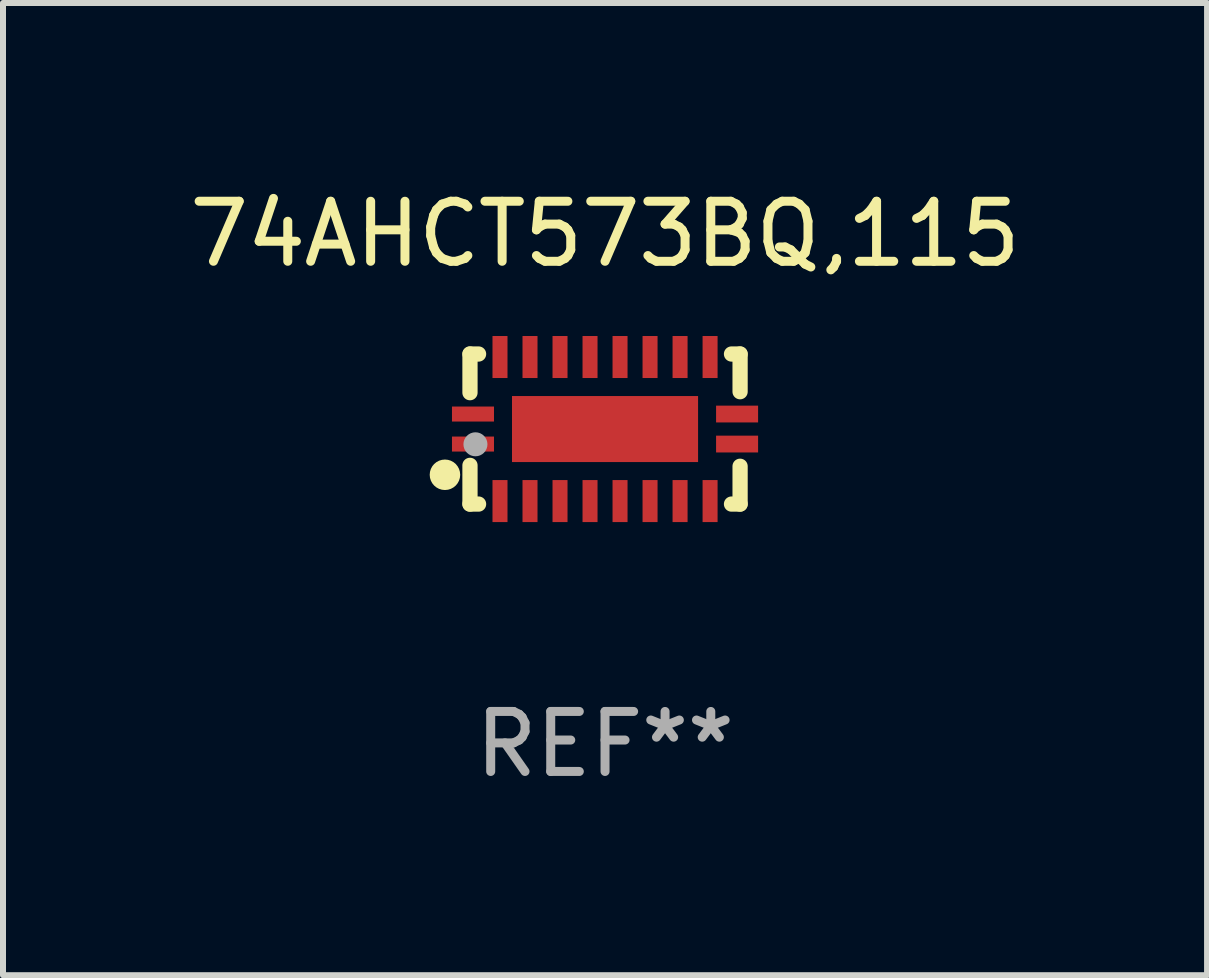
<source format=kicad_pcb>
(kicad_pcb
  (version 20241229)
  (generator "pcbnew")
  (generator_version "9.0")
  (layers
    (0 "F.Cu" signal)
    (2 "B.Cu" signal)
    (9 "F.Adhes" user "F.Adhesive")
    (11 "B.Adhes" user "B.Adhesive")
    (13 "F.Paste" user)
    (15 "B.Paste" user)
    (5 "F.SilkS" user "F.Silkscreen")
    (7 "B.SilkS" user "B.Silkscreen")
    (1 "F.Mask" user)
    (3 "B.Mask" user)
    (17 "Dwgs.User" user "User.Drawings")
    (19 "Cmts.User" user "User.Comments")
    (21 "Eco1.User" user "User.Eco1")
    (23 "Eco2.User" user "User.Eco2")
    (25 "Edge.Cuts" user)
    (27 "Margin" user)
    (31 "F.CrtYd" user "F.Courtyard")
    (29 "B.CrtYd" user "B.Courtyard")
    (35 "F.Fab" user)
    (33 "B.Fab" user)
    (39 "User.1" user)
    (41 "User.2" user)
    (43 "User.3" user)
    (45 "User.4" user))
  (footprint "74AHCT573BQ,115"
    (layer "F.Cu")
    (at 7.03 4.098)
    (property "Reference" "74AHCT573BQ,115" (at 0 -3.25 0) (layer "F.SilkS") (effects (font (size 1 1) (thickness 0.15))))
    (attr through_hole)
    (fp_line (start -2.25 0.605) (end -2.25 1.25) (stroke (width 0.254) (type solid)) (layer "F.SilkS"))
    (fp_line (start -2.25 1.25) (end -2.107 1.25) (stroke (width 0.254) (type solid)) (layer "F.SilkS"))
    (fp_line (start -2.25 -1.25) (end -2.25 -0.606) (stroke (width 0.254) (type solid)) (layer "F.SilkS"))
    (fp_line (start -2.25 -1.25) (end -2.107 -1.25) (stroke (width 0.254) (type solid)) (layer "F.SilkS"))
    (fp_line (start 2.107 -1.25) (end 2.25 -1.25) (stroke (width 0.254) (type solid)) (layer "F.SilkS"))
    (fp_line (start 2.107 1.25) (end 2.25 1.25) (stroke (width 0.254) (type solid)) (layer "F.SilkS"))
    (fp_line (start 2.25 -1.25) (end 2.25 -0.622) (stroke (width 0.254) (type solid)) (layer "F.SilkS"))
    (fp_line (start 2.25 0.62) (end 2.25 1.25) (stroke (width 0.254) (type solid)) (layer "F.SilkS"))
    (fp_circle (center -2.667 0.762) (end -2.54 0.762) (stroke (width 0.254) (type solid)) (fill no) (layer "F.SilkS"))
    (fp_circle (center -2.25 1.249) (end -2.22 1.249) (stroke (width 0.06) (type solid)) (fill no) (layer "F.SilkS"))
    (fp_circle (center -2.159 0.254) (end -2.059 0.254) (stroke (width 0.2) (type solid)) (fill no) (layer "F.Fab"))
    (fp_text user "REF**" (at 0 5.25 0) (layer "F.Fab") (effects (font (size 1 1) (thickness 0.15))))
    (pad "1" smd rect (at -2.2 0.25 180) (size 0.7 0.25) (layers "F.Cu" "F.Mask" "F.Paste"))
    (pad "2" smd rect (at -1.75 1.2 90) (size 0.7 0.25) (layers "F.Cu" "F.Mask" "F.Paste"))
    (pad "3" smd rect (at -1.25 1.2 90) (size 0.7 0.25) (layers "F.Cu" "F.Mask" "F.Paste"))
    (pad "4" smd rect (at -0.75 1.2 90) (size 0.7 0.25) (layers "F.Cu" "F.Mask" "F.Paste"))
    (pad "5" smd rect (at -0.25 1.2 90) (size 0.7 0.25) (layers "F.Cu" "F.Mask" "F.Paste"))
    (pad "6" smd rect (at 0.25 1.2 90) (size 0.7 0.25) (layers "F.Cu" "F.Mask" "F.Paste"))
    (pad "7" smd rect (at 0.75 1.2 90) (size 0.7 0.25) (layers "F.Cu" "F.Mask" "F.Paste"))
    (pad "8" smd rect (at 1.25 1.2 90) (size 0.7 0.25) (layers "F.Cu" "F.Mask" "F.Paste"))
    (pad "9" smd rect (at 1.75 1.2 90) (size 0.7 0.25) (layers "F.Cu" "F.Mask" "F.Paste"))
    (pad "10" smd rect (at 2.2 0.25 180) (size 0.7 0.28) (layers "F.Cu" "F.Mask" "F.Paste"))
    (pad "11" smd rect (at 2.2 -0.25 180) (size 0.7 0.28) (layers "F.Cu" "F.Mask" "F.Paste"))
    (pad "12" smd rect (at 1.75 -1.2 90) (size 0.7 0.25) (layers "F.Cu" "F.Mask" "F.Paste"))
    (pad "13" smd rect (at 1.25 -1.2 90) (size 0.7 0.25) (layers "F.Cu" "F.Mask" "F.Paste"))
    (pad "14" smd rect (at 0.75 -1.2 90) (size 0.7 0.25) (layers "F.Cu" "F.Mask" "F.Paste"))
    (pad "15" smd rect (at 0.25 -1.2 90) (size 0.7 0.25) (layers "F.Cu" "F.Mask" "F.Paste"))
    (pad "16" smd rect (at -0.25 -1.2 90) (size 0.7 0.25) (layers "F.Cu" "F.Mask" "F.Paste"))
    (pad "17" smd rect (at -0.75 -1.2 90) (size 0.7 0.25) (layers "F.Cu" "F.Mask" "F.Paste"))
    (pad "18" smd rect (at -1.25 -1.2 90) (size 0.7 0.25) (layers "F.Cu" "F.Mask" "F.Paste"))
    (pad "19" smd rect (at -1.75 -1.2 90) (size 0.7 0.25) (layers "F.Cu" "F.Mask" "F.Paste"))
    (pad "20" smd rect (at -2.2 -0.25 180) (size 0.7 0.25) (layers "F.Cu" "F.Mask" "F.Paste"))
    (pad "21" smd rect (at 0 -0.000013 180) (size 3.1 1.1) (layers "F.Cu" "F.Mask" "F.Paste")))
  (gr_rect
    (start -3 -3)
    (end 17.06 13.197)
    (stroke (width 0.1) (type default))
    (fill no)
    (layer "Edge.Cuts")))
</source>
